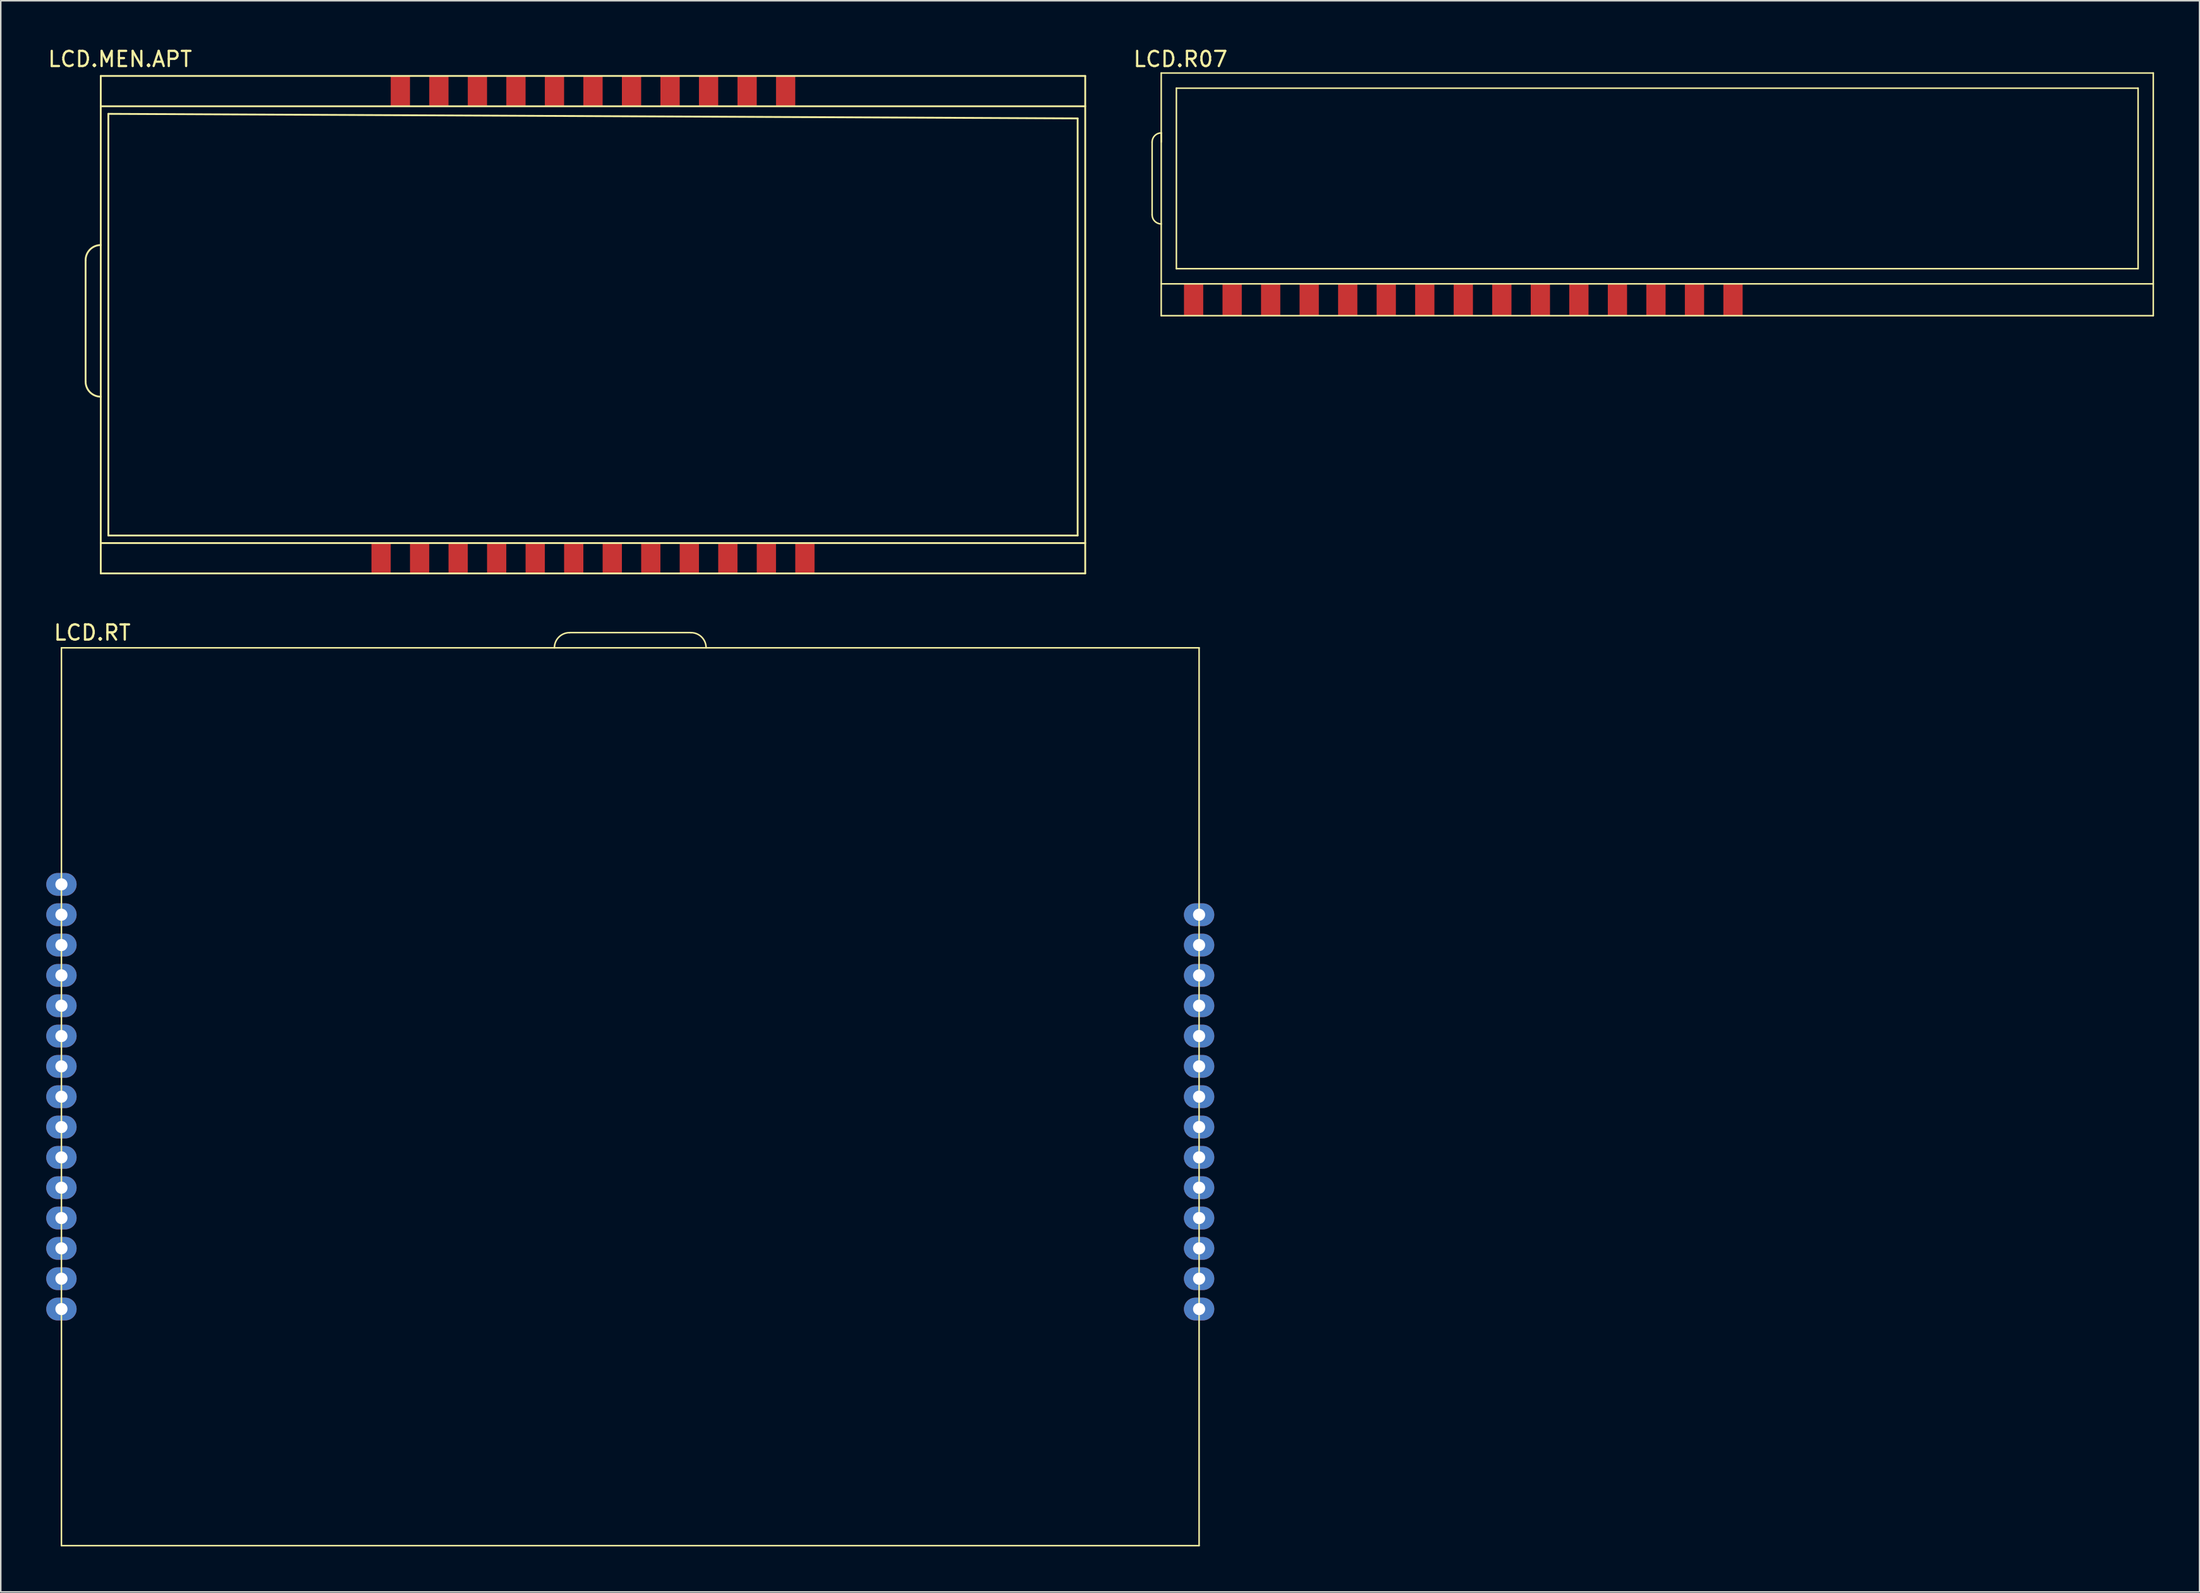
<source format=kicad_pcb>
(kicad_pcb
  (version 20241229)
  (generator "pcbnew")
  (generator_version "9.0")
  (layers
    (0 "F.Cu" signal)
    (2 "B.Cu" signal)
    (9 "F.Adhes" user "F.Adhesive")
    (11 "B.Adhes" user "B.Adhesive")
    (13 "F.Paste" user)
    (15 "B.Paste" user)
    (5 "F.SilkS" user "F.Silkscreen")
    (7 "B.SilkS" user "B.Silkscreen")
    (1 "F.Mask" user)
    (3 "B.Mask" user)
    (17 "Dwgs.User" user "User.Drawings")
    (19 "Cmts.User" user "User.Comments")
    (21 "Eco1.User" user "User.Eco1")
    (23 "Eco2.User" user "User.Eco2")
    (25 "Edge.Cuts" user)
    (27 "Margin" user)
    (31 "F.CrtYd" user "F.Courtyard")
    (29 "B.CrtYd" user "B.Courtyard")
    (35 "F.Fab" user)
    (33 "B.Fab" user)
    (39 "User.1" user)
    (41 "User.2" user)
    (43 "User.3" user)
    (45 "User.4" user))
  (footprint "LCD.R07"
    (layer "F.Cu")
    (at 102.586 9.383)
    (property "Reference" "LCD.R07" (at -27.813 -8.534 0) (layer "F.SilkS") (effects (font (size 1 1) (thickness 0.15))))
    (attr through_hole)
    (fp_line (start -29.683 1.732) (end -29.683 -3.068) (stroke (width 0.1) (type solid)) (layer "F.SilkS"))
    (fp_line (start -29.083 -7.618) (end 36.317 -7.618) (stroke (width 0.1) (type solid)) (layer "F.SilkS"))
    (fp_line (start -29.083 -3.668) (end -29.083 -3.068) (stroke (width 0.1) (type solid)) (layer "F.SilkS"))
    (fp_line (start -29.083 6.282) (end 36.317 6.282) (stroke (width 0.1) (type solid)) (layer "F.SilkS"))
    (fp_line (start -29.083 8.382) (end -29.083 -7.618) (stroke (width 0.1) (type solid)) (layer "F.SilkS"))
    (fp_line (start -29.083 8.382) (end 36.317 8.382) (stroke (width 0.1) (type solid)) (layer "F.SilkS"))
    (fp_line (start -28.083 -6.618) (end 35.317 -6.618) (stroke (width 0.1) (type solid)) (layer "F.SilkS"))
    (fp_line (start -28.083 5.282) (end -28.083 -6.618) (stroke (width 0.1) (type solid)) (layer "F.SilkS"))
    (fp_line (start -28.083 5.282) (end 35.317 5.282) (stroke (width 0.1) (type solid)) (layer "F.SilkS"))
    (fp_line (start 35.317 5.282) (end 35.317 -6.618) (stroke (width 0.1) (type solid)) (layer "F.SilkS"))
    (fp_line (start 36.317 8.382) (end 36.317 -7.618) (stroke (width 0.1) (type solid)) (layer "F.SilkS"))
    (fp_arc (start -29.683 -3.068) (mid -29.507264 -3.492264) (end -29.083 -3.668) (stroke (width 0.1) (type solid)) (layer "F.SilkS"))
    (fp_arc (start -29.083 2.332) (mid -29.507264 2.156264) (end -29.683 1.732) (stroke (width 0.1) (type solid)) (layer "F.SilkS"))
    (pad "1" smd rect (at -26.948 7.332) (size 1.27 2.1) (layers "F.Cu" "F.Mask" "F.Paste"))
    (pad "2" smd rect (at -24.408 7.332) (size 1.27 2.1) (layers "F.Cu" "F.Mask" "F.Paste"))
    (pad "3" smd rect (at -21.868 7.332) (size 1.27 2.1) (layers "F.Cu" "F.Mask" "F.Paste"))
    (pad "4" smd rect (at -19.328 7.332) (size 1.27 2.1) (layers "F.Cu" "F.Mask" "F.Paste"))
    (pad "5" smd rect (at -16.788 7.332) (size 1.27 2.1) (layers "F.Cu" "F.Mask" "F.Paste"))
    (pad "6" smd rect (at -14.248 7.332) (size 1.27 2.1) (layers "F.Cu" "F.Mask" "F.Paste"))
    (pad "7" smd rect (at -11.708 7.332) (size 1.27 2.1) (layers "F.Cu" "F.Mask" "F.Paste"))
    (pad "8" smd rect (at -9.168 7.332) (size 1.27 2.1) (layers "F.Cu" "F.Mask" "F.Paste"))
    (pad "9" smd rect (at -6.628 7.332) (size 1.27 2.1) (layers "F.Cu" "F.Mask" "F.Paste"))
    (pad "10" smd rect (at -4.088 7.332) (size 1.27 2.1) (layers "F.Cu" "F.Mask" "F.Paste"))
    (pad "11" smd rect (at -1.548 7.332) (size 1.27 2.1) (layers "F.Cu" "F.Mask" "F.Paste"))
    (pad "12" smd rect (at 0.992 7.332) (size 1.27 2.1) (layers "F.Cu" "F.Mask" "F.Paste"))
    (pad "13" smd rect (at 3.532 7.332) (size 1.27 2.1) (layers "F.Cu" "F.Mask" "F.Paste"))
    (pad "14" smd rect (at 6.072 7.332) (size 1.27 2.1) (layers "F.Cu" "F.Mask" "F.Paste"))
    (pad "15" smd rect (at 8.612 7.332) (size 1.27 2.1) (layers "F.Cu" "F.Mask" "F.Paste")))
  (footprint "LCD.MEN.APT"
    (layer "F.Cu")
    (at 34.962 20.787)
    (property "Reference" "LCD.MEN.APT" (at -30.099 -19.939 0) (layer "F.SilkS") (effects (font (size 1 1) (thickness 0.15))))
    (attr through_hole)
    (fp_line (start -32.369 1.32) (end -32.369 -6.68) (stroke (width 0.12) (type solid)) (layer "F.SilkS"))
    (fp_line (start -31.369 -18.83) (end 33.531 -18.83) (stroke (width 0.12) (type solid)) (layer "F.SilkS"))
    (fp_line (start -31.369 -16.83) (end 33.531 -16.83) (stroke (width 0.12) (type solid)) (layer "F.SilkS"))
    (fp_line (start -31.369 11.97) (end 33.531 11.97) (stroke (width 0.12) (type solid)) (layer "F.SilkS"))
    (fp_line (start -31.369 13.97) (end -31.369 -18.83) (stroke (width 0.12) (type solid)) (layer "F.SilkS"))
    (fp_line (start -31.369 13.97) (end 33.531 13.97) (stroke (width 0.12) (type solid)) (layer "F.SilkS"))
    (fp_line (start -30.869 -16.33) (end 33.031 -16.03) (stroke (width 0.12) (type solid)) (layer "F.SilkS"))
    (fp_line (start -30.869 11.47) (end -30.869 -16.33) (stroke (width 0.12) (type solid)) (layer "F.SilkS"))
    (fp_line (start -30.869 11.47) (end 33.031 11.47) (stroke (width 0.12) (type solid)) (layer "F.SilkS"))
    (fp_line (start 33.031 11.47) (end 33.031 -16.03) (stroke (width 0.12) (type solid)) (layer "F.SilkS"))
    (fp_line (start 33.531 13.97) (end 33.531 -18.83) (stroke (width 0.12) (type solid)) (layer "F.SilkS"))
    (fp_arc (start -32.369 -6.68) (mid -32.076107 -7.387107) (end -31.369 -7.68) (stroke (width 0.12) (type solid)) (layer "F.SilkS"))
    (fp_arc (start -31.369 2.32) (mid -32.076107 2.027107) (end -32.369 1.32) (stroke (width 0.12) (type solid)) (layer "F.SilkS"))
    (pad "1" smd rect (at -11.619 -17.83) (size 1.27 2) (layers "F.Cu" "F.Mask" "F.Paste"))
    (pad "2" smd rect (at -9.079 -17.83) (size 1.27 2) (layers "F.Cu" "F.Mask" "F.Paste"))
    (pad "3" smd rect (at -6.539 -17.83) (size 1.27 2) (layers "F.Cu" "F.Mask" "F.Paste"))
    (pad "4" smd rect (at -3.999 -17.83) (size 1.27 2) (layers "F.Cu" "F.Mask" "F.Paste"))
    (pad "5" smd rect (at -1.459 -17.83) (size 1.27 2) (layers "F.Cu" "F.Mask" "F.Paste"))
    (pad "6" smd rect (at 1.081 -17.83) (size 1.27 2) (layers "F.Cu" "F.Mask" "F.Paste"))
    (pad "7" smd rect (at 3.621 -17.83) (size 1.27 2) (layers "F.Cu" "F.Mask" "F.Paste"))
    (pad "8" smd rect (at 6.161 -17.83) (size 1.27 2) (layers "F.Cu" "F.Mask" "F.Paste"))
    (pad "9" smd rect (at 8.701 -17.83) (size 1.27 2) (layers "F.Cu" "F.Mask" "F.Paste"))
    (pad "10" smd rect (at 11.241 -17.83) (size 1.27 2) (layers "F.Cu" "F.Mask" "F.Paste"))
    (pad "11" smd rect (at 13.781 -17.83) (size 1.27 2) (layers "F.Cu" "F.Mask" "F.Paste"))
    (pad "12" smd rect (at -12.889 12.97) (size 1.27 2) (layers "F.Cu" "F.Mask" "F.Paste"))
    (pad "13" smd rect (at -10.349 12.97) (size 1.27 2) (layers "F.Cu" "F.Mask" "F.Paste"))
    (pad "14" smd rect (at -7.809 12.97) (size 1.27 2) (layers "F.Cu" "F.Mask" "F.Paste"))
    (pad "15" smd rect (at -5.269 12.97) (size 1.27 2) (layers "F.Cu" "F.Mask" "F.Paste"))
    (pad "16" smd rect (at -2.729 12.97) (size 1.27 2) (layers "F.Cu" "F.Mask" "F.Paste"))
    (pad "17" smd rect (at -0.189 12.97) (size 1.27 2) (layers "F.Cu" "F.Mask" "F.Paste"))
    (pad "18" smd rect (at 2.351 12.97) (size 1.27 2) (layers "F.Cu" "F.Mask" "F.Paste"))
    (pad "19" smd rect (at 4.891 12.97) (size 1.27 2) (layers "F.Cu" "F.Mask" "F.Paste"))
    (pad "20" smd rect (at 7.431 12.97) (size 1.27 2) (layers "F.Cu" "F.Mask" "F.Paste"))
    (pad "21" smd rect (at 9.971 12.97) (size 1.27 2) (layers "F.Cu" "F.Mask" "F.Paste"))
    (pad "22" smd rect (at 12.511 12.97) (size 1.27 2) (layers "F.Cu" "F.Mask" "F.Paste"))
    (pad "23" smd rect (at 15.051 12.97) (size 1.27 2) (layers "F.Cu" "F.Mask" "F.Paste")))
  (footprint "LCD.RT"
    (layer "F.Cu")
    (at 38.5 69.263)
    (property "Reference" "LCD.RT" (at -35.468 -30.598 0) (layer "F.SilkS") (effects (font (size 1 1) (thickness 0.15))))
    (attr through_hole)
    (fp_line (start -37.5 -29.6) (end -37.5 29.6) (stroke (width 0.1) (type solid)) (layer "F.SilkS"))
    (fp_line (start -37.5 -29.6) (end 37.5 -29.6) (stroke (width 0.1) (type solid)) (layer "F.SilkS"))
    (fp_line (start -37.5 29.6) (end 37.5 29.6) (stroke (width 0.1) (type solid)) (layer "F.SilkS"))
    (fp_line (start -4 -30.6) (end 4 -30.6) (stroke (width 0.1) (type solid)) (layer "F.SilkS"))
    (fp_line (start 37.5 -29.6) (end 37.5 29.6) (stroke (width 0.1) (type solid)) (layer "F.SilkS"))
    (fp_arc (start -5 -29.6) (mid -4.707107 -30.307107) (end -4 -30.6) (stroke (width 0.1) (type solid)) (layer "F.SilkS"))
    (fp_arc (start 4 -30.6) (mid 4.707107 -30.307107) (end 5 -29.6) (stroke (width 0.1) (type solid)) (layer "F.SilkS"))
    (pad "1" thru_hole oval (at 37.5 14) (size 2 1.5) (drill 0.8) (layers "*.Cu" "*.Mask"))
    (pad "2" thru_hole oval (at 37.5 12) (size 2 1.5) (drill 0.8) (layers "*.Cu" "*.Mask"))
    (pad "3" thru_hole oval (at 37.5 10) (size 2 1.5) (drill 0.8) (layers "*.Cu" "*.Mask"))
    (pad "4" thru_hole oval (at 37.5 8) (size 2 1.5) (drill 0.8) (layers "*.Cu" "*.Mask"))
    (pad "5" thru_hole oval (at 37.5 6) (size 2 1.5) (drill 0.8) (layers "*.Cu" "*.Mask"))
    (pad "6" thru_hole oval (at 37.5 4) (size 2 1.5) (drill 0.8) (layers "*.Cu" "*.Mask"))
    (pad "7" thru_hole oval (at 37.5 2) (size 2 1.5) (drill 0.8) (layers "*.Cu" "*.Mask"))
    (pad "8" thru_hole oval (at 37.5 0) (size 2 1.5) (drill 0.8) (layers "*.Cu" "*.Mask"))
    (pad "9" thru_hole oval (at 37.5 -2) (size 2 1.5) (drill 0.8) (layers "*.Cu" "*.Mask"))
    (pad "10" thru_hole oval (at 37.5 -4) (size 2 1.5) (drill 0.8) (layers "*.Cu" "*.Mask"))
    (pad "11" thru_hole oval (at 37.5 -6) (size 2 1.5) (drill 0.8) (layers "*.Cu" "*.Mask"))
    (pad "12" thru_hole oval (at 37.5 -8) (size 2 1.5) (drill 0.8) (layers "*.Cu" "*.Mask"))
    (pad "13" thru_hole oval (at 37.5 -10) (size 2 1.5) (drill 0.8) (layers "*.Cu" "*.Mask"))
    (pad "14" thru_hole oval (at 37.5 -12) (size 2 1.5) (drill 0.8) (layers "*.Cu" "*.Mask"))
    (pad "15" thru_hole oval (at -37.5 -14) (size 2 1.5) (drill 0.8) (layers "*.Cu" "*.Mask"))
    (pad "16" thru_hole oval (at -37.5 -12) (size 2 1.5) (drill 0.8) (layers "*.Cu" "*.Mask"))
    (pad "17" thru_hole oval (at -37.5 -10) (size 2 1.5) (drill 0.8) (layers "*.Cu" "*.Mask"))
    (pad "18" thru_hole oval (at -37.5 -8) (size 2 1.5) (drill 0.8) (layers "*.Cu" "*.Mask"))
    (pad "19" thru_hole oval (at -37.5 -6) (size 2 1.5) (drill 0.8) (layers "*.Cu" "*.Mask"))
    (pad "20" thru_hole oval (at -37.5 -4) (size 2 1.5) (drill 0.8) (layers "*.Cu" "*.Mask"))
    (pad "21" thru_hole oval (at -37.5 -2) (size 2 1.5) (drill 0.8) (layers "*.Cu" "*.Mask"))
    (pad "22" thru_hole oval (at -37.5 0) (size 2 1.5) (drill 0.8) (layers "*.Cu" "*.Mask"))
    (pad "23" thru_hole oval (at -37.5 2) (size 2 1.5) (drill 0.8) (layers "*.Cu" "*.Mask"))
    (pad "24" thru_hole oval (at -37.5 4) (size 2 1.5) (drill 0.8) (layers "*.Cu" "*.Mask"))
    (pad "25" thru_hole oval (at -37.5 6) (size 2 1.5) (drill 0.8) (layers "*.Cu" "*.Mask"))
    (pad "26" thru_hole oval (at -37.5 8) (size 2 1.5) (drill 0.8) (layers "*.Cu" "*.Mask"))
    (pad "27" thru_hole oval (at -37.5 10) (size 2 1.5) (drill 0.8) (layers "*.Cu" "*.Mask"))
    (pad "28" thru_hole oval (at -37.5 12) (size 2 1.5) (drill 0.8) (layers "*.Cu" "*.Mask"))
    (pad "29" thru_hole oval (at -37.5 14) (size 2 1.5) (drill 0.8) (layers "*.Cu" "*.Mask")))
  (gr_rect
    (start -3 -3)
    (end 141.953 101.913)
    (stroke (width 0.1) (type default))
    (fill no)
    (layer "Edge.Cuts")))
</source>
